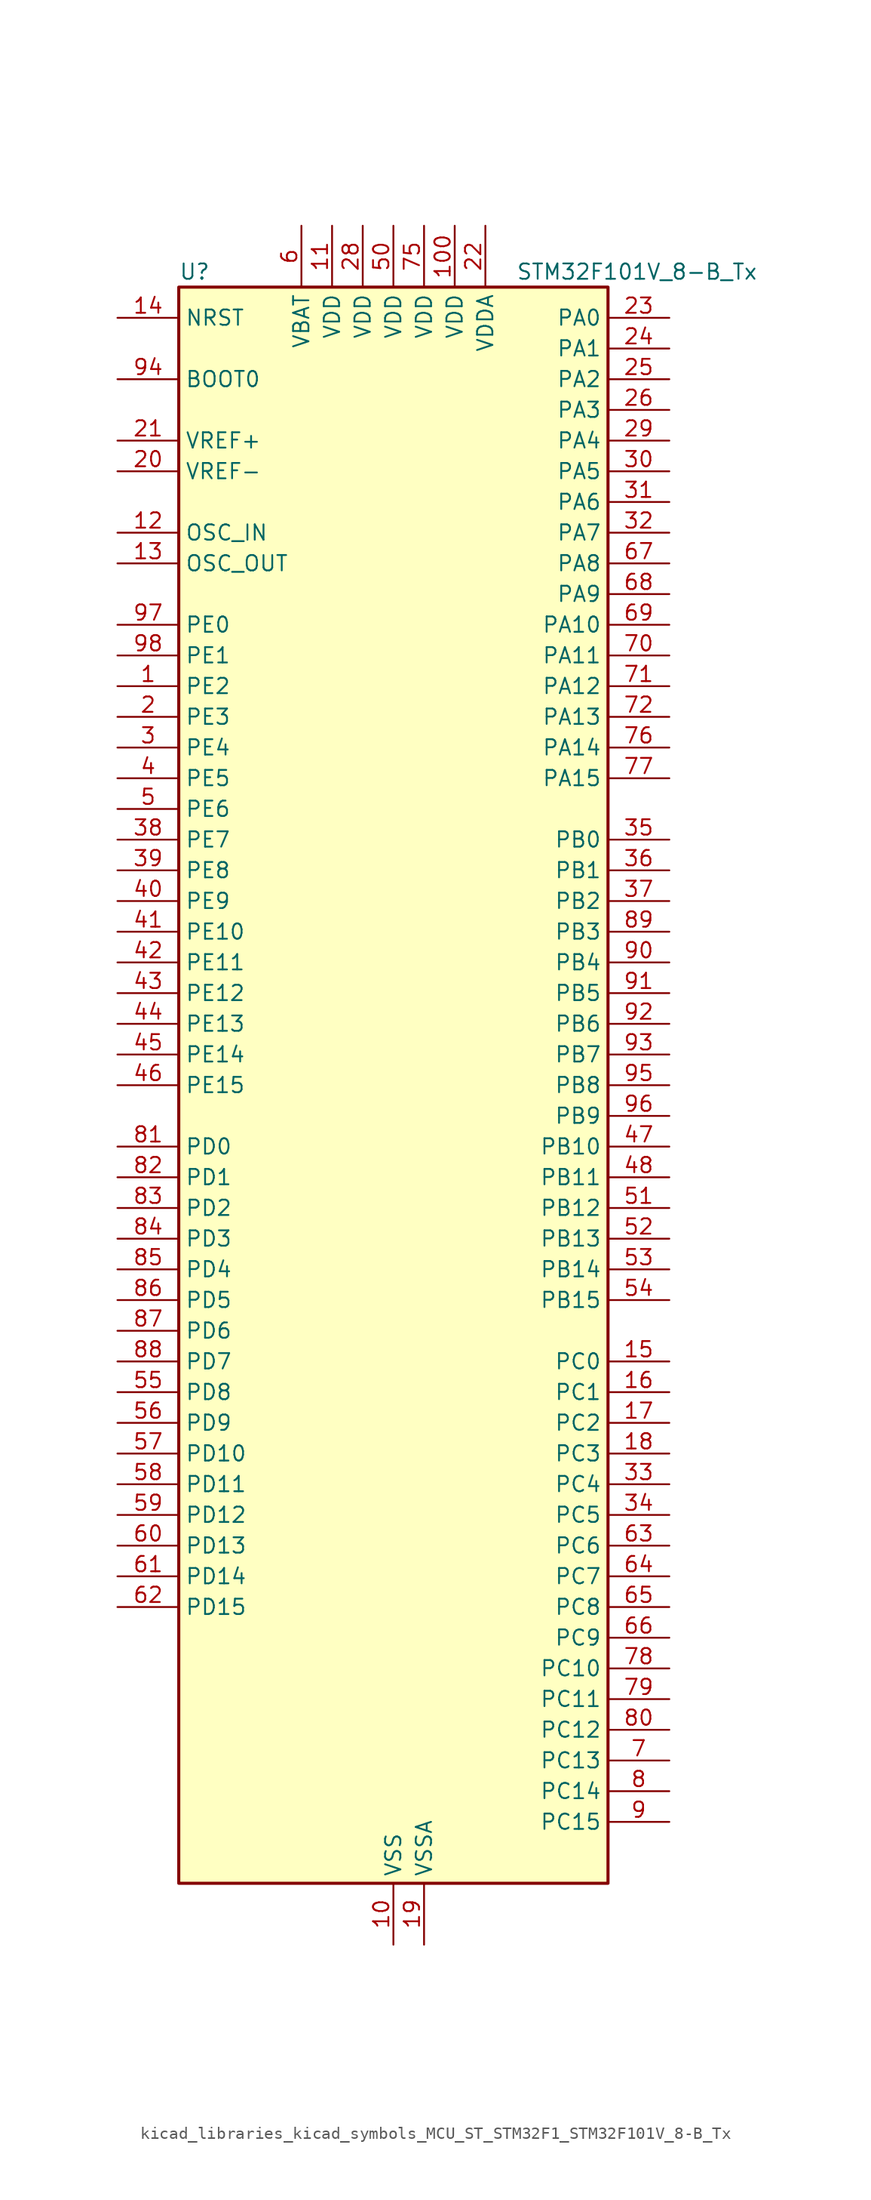
<source format=kicad_sym>
(kicad_symbol_lib
  (version 20220914)
  (generator kicad_symbol_editor)
  (symbol "kicad_libraries_kicad_symbols_MCU_ST_STM32F1_STM32F101V_8-B_Tx"
    (property "Reference" "U"
      (at -17.78 67.31 0)
      (effects (font (size 1.27 1.27)) (justify left)))
    (property "Value" "STM32F101V_8-B_Tx"
      (at 10.16 67.31 0)
      (effects (font (size 1.27 1.27)) (justify left)))
    (property "ki_locked" ""
      (at 0 0 0)
      (effects (font (size 1.27 1.27))))
    (symbol "kicad_libraries_kicad_symbols_MCU_ST_STM32F1_STM32F101V_8-B_Tx_0_1"
      (rectangle (start -17.78 -66.04) (end 17.78 66.04) (stroke (width 0.254) (type default)) (fill (type background))))
    (symbol "kicad_libraries_kicad_symbols_MCU_ST_STM32F1_STM32F101V_8-B_Tx_1_1"
      (pin bidirectional line (at -22.86 33.02 0) (length 5.08) (name "PE2" (effects (font (size 1.27 1.27)))) (number "1" (effects (font (size 1.27 1.27)))) (alternate "SYS_TRACECLK" bidirectional line))
      (pin power_in line (at 0 -71.12 90) (length 5.08) (name "VSS" (effects (font (size 1.27 1.27)))) (number "10" (effects (font (size 1.27 1.27)))))
      (pin power_in line (at 5.08 71.12 270) (length 5.08) (name "VDD" (effects (font (size 1.27 1.27)))) (number "100" (effects (font (size 1.27 1.27)))))
      (pin power_in line (at -5.08 71.12 270) (length 5.08) (name "VDD" (effects (font (size 1.27 1.27)))) (number "11" (effects (font (size 1.27 1.27)))))
      (pin input line (at -22.86 45.72 0) (length 5.08) (name "OSC_IN" (effects (font (size 1.27 1.27)))) (number "12" (effects (font (size 1.27 1.27)))) (alternate "RCC_OSC_IN" bidirectional line))
      (pin input line (at -22.86 43.18 0) (length 5.08) (name "OSC_OUT" (effects (font (size 1.27 1.27)))) (number "13" (effects (font (size 1.27 1.27)))) (alternate "RCC_OSC_OUT" bidirectional line))
      (pin input line (at -22.86 63.5 0) (length 5.08) (name "NRST" (effects (font (size 1.27 1.27)))) (number "14" (effects (font (size 1.27 1.27)))))
      (pin bidirectional line (at 22.86 -22.86 180) (length 5.08) (name "PC0" (effects (font (size 1.27 1.27)))) (number "15" (effects (font (size 1.27 1.27)))) (alternate "ADC1_IN10" bidirectional line))
      (pin bidirectional line (at 22.86 -25.4 180) (length 5.08) (name "PC1" (effects (font (size 1.27 1.27)))) (number "16" (effects (font (size 1.27 1.27)))) (alternate "ADC1_IN11" bidirectional line))
      (pin bidirectional line (at 22.86 -27.94 180) (length 5.08) (name "PC2" (effects (font (size 1.27 1.27)))) (number "17" (effects (font (size 1.27 1.27)))) (alternate "ADC1_IN12" bidirectional line))
      (pin bidirectional line (at 22.86 -30.48 180) (length 5.08) (name "PC3" (effects (font (size 1.27 1.27)))) (number "18" (effects (font (size 1.27 1.27)))) (alternate "ADC1_IN13" bidirectional line))
      (pin power_in line (at 2.54 -71.12 90) (length 5.08) (name "VSSA" (effects (font (size 1.27 1.27)))) (number "19" (effects (font (size 1.27 1.27)))))
      (pin bidirectional line (at -22.86 30.48 0) (length 5.08) (name "PE3" (effects (font (size 1.27 1.27)))) (number "2" (effects (font (size 1.27 1.27)))) (alternate "SYS_TRACED0" bidirectional line))
      (pin input line (at -22.86 50.8 0) (length 5.08) (name "VREF-" (effects (font (size 1.27 1.27)))) (number "20" (effects (font (size 1.27 1.27)))))
      (pin input line (at -22.86 53.34 0) (length 5.08) (name "VREF+" (effects (font (size 1.27 1.27)))) (number "21" (effects (font (size 1.27 1.27)))))
      (pin power_in line (at 7.62 71.12 270) (length 5.08) (name "VDDA" (effects (font (size 1.27 1.27)))) (number "22" (effects (font (size 1.27 1.27)))))
      (pin bidirectional line (at 22.86 63.5 180) (length 5.08) (name "PA0" (effects (font (size 1.27 1.27)))) (number "23" (effects (font (size 1.27 1.27)))) (alternate "ADC1_IN0" bidirectional line) (alternate "SYS_WKUP" bidirectional line) (alternate "TIM2_CH1" bidirectional line) (alternate "TIM2_ETR" bidirectional line) (alternate "USART2_CTS" bidirectional line))
      (pin bidirectional line (at 22.86 60.96 180) (length 5.08) (name "PA1" (effects (font (size 1.27 1.27)))) (number "24" (effects (font (size 1.27 1.27)))) (alternate "ADC1_IN1" bidirectional line) (alternate "TIM2_CH2" bidirectional line) (alternate "USART2_RTS" bidirectional line))
      (pin bidirectional line (at 22.86 58.42 180) (length 5.08) (name "PA2" (effects (font (size 1.27 1.27)))) (number "25" (effects (font (size 1.27 1.27)))) (alternate "ADC1_IN2" bidirectional line) (alternate "TIM2_CH3" bidirectional line) (alternate "USART2_TX" bidirectional line))
      (pin bidirectional line (at 22.86 55.88 180) (length 5.08) (name "PA3" (effects (font (size 1.27 1.27)))) (number "26" (effects (font (size 1.27 1.27)))) (alternate "ADC1_IN3" bidirectional line) (alternate "TIM2_CH4" bidirectional line) (alternate "USART2_RX" bidirectional line))
      (pin passive line (at 0 -71.12 90) (length 5.08) hide (name "VSS" (effects (font (size 1.27 1.27)))) (number "27" (effects (font (size 1.27 1.27)))))
      (pin power_in line (at -2.54 71.12 270) (length 5.08) (name "VDD" (effects (font (size 1.27 1.27)))) (number "28" (effects (font (size 1.27 1.27)))))
      (pin bidirectional line (at 22.86 53.34 180) (length 5.08) (name "PA4" (effects (font (size 1.27 1.27)))) (number "29" (effects (font (size 1.27 1.27)))) (alternate "ADC1_IN4" bidirectional line) (alternate "SPI1_NSS" bidirectional line) (alternate "USART2_CK" bidirectional line))
      (pin bidirectional line (at -22.86 27.94 0) (length 5.08) (name "PE4" (effects (font (size 1.27 1.27)))) (number "3" (effects (font (size 1.27 1.27)))) (alternate "SYS_TRACED1" bidirectional line))
      (pin bidirectional line (at 22.86 50.8 180) (length 5.08) (name "PA5" (effects (font (size 1.27 1.27)))) (number "30" (effects (font (size 1.27 1.27)))) (alternate "ADC1_IN5" bidirectional line) (alternate "SPI1_SCK" bidirectional line))
      (pin bidirectional line (at 22.86 48.26 180) (length 5.08) (name "PA6" (effects (font (size 1.27 1.27)))) (number "31" (effects (font (size 1.27 1.27)))) (alternate "ADC1_IN6" bidirectional line) (alternate "SPI1_MISO" bidirectional line) (alternate "TIM3_CH1" bidirectional line))
      (pin bidirectional line (at 22.86 45.72 180) (length 5.08) (name "PA7" (effects (font (size 1.27 1.27)))) (number "32" (effects (font (size 1.27 1.27)))) (alternate "ADC1_IN7" bidirectional line) (alternate "SPI1_MOSI" bidirectional line) (alternate "TIM3_CH2" bidirectional line))
      (pin bidirectional line (at 22.86 -33.02 180) (length 5.08) (name "PC4" (effects (font (size 1.27 1.27)))) (number "33" (effects (font (size 1.27 1.27)))) (alternate "ADC1_IN14" bidirectional line))
      (pin bidirectional line (at 22.86 -35.56 180) (length 5.08) (name "PC5" (effects (font (size 1.27 1.27)))) (number "34" (effects (font (size 1.27 1.27)))) (alternate "ADC1_IN15" bidirectional line))
      (pin bidirectional line (at 22.86 20.32 180) (length 5.08) (name "PB0" (effects (font (size 1.27 1.27)))) (number "35" (effects (font (size 1.27 1.27)))) (alternate "ADC1_IN8" bidirectional line) (alternate "TIM3_CH3" bidirectional line))
      (pin bidirectional line (at 22.86 17.78 180) (length 5.08) (name "PB1" (effects (font (size 1.27 1.27)))) (number "36" (effects (font (size 1.27 1.27)))) (alternate "ADC1_IN9" bidirectional line) (alternate "TIM3_CH4" bidirectional line))
      (pin bidirectional line (at 22.86 15.24 180) (length 5.08) (name "PB2" (effects (font (size 1.27 1.27)))) (number "37" (effects (font (size 1.27 1.27)))))
      (pin bidirectional line (at -22.86 20.32 0) (length 5.08) (name "PE7" (effects (font (size 1.27 1.27)))) (number "38" (effects (font (size 1.27 1.27)))))
      (pin bidirectional line (at -22.86 17.78 0) (length 5.08) (name "PE8" (effects (font (size 1.27 1.27)))) (number "39" (effects (font (size 1.27 1.27)))))
      (pin bidirectional line (at -22.86 25.4 0) (length 5.08) (name "PE5" (effects (font (size 1.27 1.27)))) (number "4" (effects (font (size 1.27 1.27)))) (alternate "SYS_TRACED2" bidirectional line))
      (pin bidirectional line (at -22.86 15.24 0) (length 5.08) (name "PE9" (effects (font (size 1.27 1.27)))) (number "40" (effects (font (size 1.27 1.27)))))
      (pin bidirectional line (at -22.86 12.7 0) (length 5.08) (name "PE10" (effects (font (size 1.27 1.27)))) (number "41" (effects (font (size 1.27 1.27)))))
      (pin bidirectional line (at -22.86 10.16 0) (length 5.08) (name "PE11" (effects (font (size 1.27 1.27)))) (number "42" (effects (font (size 1.27 1.27)))) (alternate "ADC1_EXTI11" bidirectional line))
      (pin bidirectional line (at -22.86 7.62 0) (length 5.08) (name "PE12" (effects (font (size 1.27 1.27)))) (number "43" (effects (font (size 1.27 1.27)))))
      (pin bidirectional line (at -22.86 5.08 0) (length 5.08) (name "PE13" (effects (font (size 1.27 1.27)))) (number "44" (effects (font (size 1.27 1.27)))))
      (pin bidirectional line (at -22.86 2.54 0) (length 5.08) (name "PE14" (effects (font (size 1.27 1.27)))) (number "45" (effects (font (size 1.27 1.27)))))
      (pin bidirectional line (at -22.86 0 0) (length 5.08) (name "PE15" (effects (font (size 1.27 1.27)))) (number "46" (effects (font (size 1.27 1.27)))) (alternate "ADC1_EXTI15" bidirectional line))
      (pin bidirectional line (at 22.86 -5.08 180) (length 5.08) (name "PB10" (effects (font (size 1.27 1.27)))) (number "47" (effects (font (size 1.27 1.27)))) (alternate "I2C2_SCL" bidirectional line) (alternate "TIM2_CH3" bidirectional line) (alternate "USART3_TX" bidirectional line))
      (pin bidirectional line (at 22.86 -7.62 180) (length 5.08) (name "PB11" (effects (font (size 1.27 1.27)))) (number "48" (effects (font (size 1.27 1.27)))) (alternate "ADC1_EXTI11" bidirectional line) (alternate "I2C2_SDA" bidirectional line) (alternate "TIM2_CH4" bidirectional line) (alternate "USART3_RX" bidirectional line))
      (pin passive line (at 0 -71.12 90) (length 5.08) hide (name "VSS" (effects (font (size 1.27 1.27)))) (number "49" (effects (font (size 1.27 1.27)))))
      (pin bidirectional line (at -22.86 22.86 0) (length 5.08) (name "PE6" (effects (font (size 1.27 1.27)))) (number "5" (effects (font (size 1.27 1.27)))) (alternate "SYS_TRACED3" bidirectional line))
      (pin power_in line (at 0 71.12 270) (length 5.08) (name "VDD" (effects (font (size 1.27 1.27)))) (number "50" (effects (font (size 1.27 1.27)))))
      (pin bidirectional line (at 22.86 -10.16 180) (length 5.08) (name "PB12" (effects (font (size 1.27 1.27)))) (number "51" (effects (font (size 1.27 1.27)))) (alternate "I2C2_SMBA" bidirectional line) (alternate "SPI2_NSS" bidirectional line) (alternate "USART3_CK" bidirectional line))
      (pin bidirectional line (at 22.86 -12.7 180) (length 5.08) (name "PB13" (effects (font (size 1.27 1.27)))) (number "52" (effects (font (size 1.27 1.27)))) (alternate "SPI2_SCK" bidirectional line) (alternate "USART3_CTS" bidirectional line))
      (pin bidirectional line (at 22.86 -15.24 180) (length 5.08) (name "PB14" (effects (font (size 1.27 1.27)))) (number "53" (effects (font (size 1.27 1.27)))) (alternate "SPI2_MISO" bidirectional line) (alternate "USART3_RTS" bidirectional line))
      (pin bidirectional line (at 22.86 -17.78 180) (length 5.08) (name "PB15" (effects (font (size 1.27 1.27)))) (number "54" (effects (font (size 1.27 1.27)))) (alternate "ADC1_EXTI15" bidirectional line) (alternate "SPI2_MOSI" bidirectional line))
      (pin bidirectional line (at -22.86 -25.4 0) (length 5.08) (name "PD8" (effects (font (size 1.27 1.27)))) (number "55" (effects (font (size 1.27 1.27)))) (alternate "USART3_TX" bidirectional line))
      (pin bidirectional line (at -22.86 -27.94 0) (length 5.08) (name "PD9" (effects (font (size 1.27 1.27)))) (number "56" (effects (font (size 1.27 1.27)))) (alternate "USART3_RX" bidirectional line))
      (pin bidirectional line (at -22.86 -30.48 0) (length 5.08) (name "PD10" (effects (font (size 1.27 1.27)))) (number "57" (effects (font (size 1.27 1.27)))) (alternate "USART3_CK" bidirectional line))
      (pin bidirectional line (at -22.86 -33.02 0) (length 5.08) (name "PD11" (effects (font (size 1.27 1.27)))) (number "58" (effects (font (size 1.27 1.27)))) (alternate "ADC1_EXTI11" bidirectional line) (alternate "USART3_CTS" bidirectional line))
      (pin bidirectional line (at -22.86 -35.56 0) (length 5.08) (name "PD12" (effects (font (size 1.27 1.27)))) (number "59" (effects (font (size 1.27 1.27)))) (alternate "TIM4_CH1" bidirectional line) (alternate "USART3_RTS" bidirectional line))
      (pin power_in line (at -7.62 71.12 270) (length 5.08) (name "VBAT" (effects (font (size 1.27 1.27)))) (number "6" (effects (font (size 1.27 1.27)))))
      (pin bidirectional line (at -22.86 -38.1 0) (length 5.08) (name "PD13" (effects (font (size 1.27 1.27)))) (number "60" (effects (font (size 1.27 1.27)))) (alternate "TIM4_CH2" bidirectional line))
      (pin bidirectional line (at -22.86 -40.64 0) (length 5.08) (name "PD14" (effects (font (size 1.27 1.27)))) (number "61" (effects (font (size 1.27 1.27)))) (alternate "TIM4_CH3" bidirectional line))
      (pin bidirectional line (at -22.86 -43.18 0) (length 5.08) (name "PD15" (effects (font (size 1.27 1.27)))) (number "62" (effects (font (size 1.27 1.27)))) (alternate "ADC1_EXTI15" bidirectional line) (alternate "TIM4_CH4" bidirectional line))
      (pin bidirectional line (at 22.86 -38.1 180) (length 5.08) (name "PC6" (effects (font (size 1.27 1.27)))) (number "63" (effects (font (size 1.27 1.27)))) (alternate "TIM3_CH1" bidirectional line))
      (pin bidirectional line (at 22.86 -40.64 180) (length 5.08) (name "PC7" (effects (font (size 1.27 1.27)))) (number "64" (effects (font (size 1.27 1.27)))) (alternate "TIM3_CH2" bidirectional line))
      (pin bidirectional line (at 22.86 -43.18 180) (length 5.08) (name "PC8" (effects (font (size 1.27 1.27)))) (number "65" (effects (font (size 1.27 1.27)))) (alternate "TIM3_CH3" bidirectional line))
      (pin bidirectional line (at 22.86 -45.72 180) (length 5.08) (name "PC9" (effects (font (size 1.27 1.27)))) (number "66" (effects (font (size 1.27 1.27)))) (alternate "TIM3_CH4" bidirectional line))
      (pin bidirectional line (at 22.86 43.18 180) (length 5.08) (name "PA8" (effects (font (size 1.27 1.27)))) (number "67" (effects (font (size 1.27 1.27)))) (alternate "RCC_MCO" bidirectional line) (alternate "USART1_CK" bidirectional line))
      (pin bidirectional line (at 22.86 40.64 180) (length 5.08) (name "PA9" (effects (font (size 1.27 1.27)))) (number "68" (effects (font (size 1.27 1.27)))) (alternate "USART1_TX" bidirectional line))
      (pin bidirectional line (at 22.86 38.1 180) (length 5.08) (name "PA10" (effects (font (size 1.27 1.27)))) (number "69" (effects (font (size 1.27 1.27)))) (alternate "USART1_RX" bidirectional line))
      (pin bidirectional line (at 22.86 -55.88 180) (length 5.08) (name "PC13" (effects (font (size 1.27 1.27)))) (number "7" (effects (font (size 1.27 1.27)))) (alternate "RTC_OUT" bidirectional line) (alternate "RTC_TAMPER" bidirectional line))
      (pin bidirectional line (at 22.86 35.56 180) (length 5.08) (name "PA11" (effects (font (size 1.27 1.27)))) (number "70" (effects (font (size 1.27 1.27)))) (alternate "ADC1_EXTI11" bidirectional line) (alternate "USART1_CTS" bidirectional line))
      (pin bidirectional line (at 22.86 33.02 180) (length 5.08) (name "PA12" (effects (font (size 1.27 1.27)))) (number "71" (effects (font (size 1.27 1.27)))) (alternate "USART1_RTS" bidirectional line))
      (pin bidirectional line (at 22.86 30.48 180) (length 5.08) (name "PA13" (effects (font (size 1.27 1.27)))) (number "72" (effects (font (size 1.27 1.27)))) (alternate "SYS_JTMS-SWDIO" bidirectional line))
      (pin no_connect line (at -17.78 -66.04 0) (length 5.08) hide (name "NC" (effects (font (size 1.27 1.27)))) (number "73" (effects (font (size 1.27 1.27)))))
      (pin passive line (at 0 -71.12 90) (length 5.08) hide (name "VSS" (effects (font (size 1.27 1.27)))) (number "74" (effects (font (size 1.27 1.27)))))
      (pin power_in line (at 2.54 71.12 270) (length 5.08) (name "VDD" (effects (font (size 1.27 1.27)))) (number "75" (effects (font (size 1.27 1.27)))))
      (pin bidirectional line (at 22.86 27.94 180) (length 5.08) (name "PA14" (effects (font (size 1.27 1.27)))) (number "76" (effects (font (size 1.27 1.27)))) (alternate "SYS_JTCK-SWCLK" bidirectional line))
      (pin bidirectional line (at 22.86 25.4 180) (length 5.08) (name "PA15" (effects (font (size 1.27 1.27)))) (number "77" (effects (font (size 1.27 1.27)))) (alternate "ADC1_EXTI15" bidirectional line) (alternate "SPI1_NSS" bidirectional line) (alternate "SYS_JTDI" bidirectional line) (alternate "TIM2_CH1" bidirectional line) (alternate "TIM2_ETR" bidirectional line))
      (pin bidirectional line (at 22.86 -48.26 180) (length 5.08) (name "PC10" (effects (font (size 1.27 1.27)))) (number "78" (effects (font (size 1.27 1.27)))) (alternate "USART3_TX" bidirectional line))
      (pin bidirectional line (at 22.86 -50.8 180) (length 5.08) (name "PC11" (effects (font (size 1.27 1.27)))) (number "79" (effects (font (size 1.27 1.27)))) (alternate "ADC1_EXTI11" bidirectional line) (alternate "USART3_RX" bidirectional line))
      (pin bidirectional line (at 22.86 -58.42 180) (length 5.08) (name "PC14" (effects (font (size 1.27 1.27)))) (number "8" (effects (font (size 1.27 1.27)))) (alternate "RCC_OSC32_IN" bidirectional line))
      (pin bidirectional line (at 22.86 -53.34 180) (length 5.08) (name "PC12" (effects (font (size 1.27 1.27)))) (number "80" (effects (font (size 1.27 1.27)))) (alternate "USART3_CK" bidirectional line))
      (pin bidirectional line (at -22.86 -5.08 0) (length 5.08) (name "PD0" (effects (font (size 1.27 1.27)))) (number "81" (effects (font (size 1.27 1.27)))))
      (pin bidirectional line (at -22.86 -7.62 0) (length 5.08) (name "PD1" (effects (font (size 1.27 1.27)))) (number "82" (effects (font (size 1.27 1.27)))))
      (pin bidirectional line (at -22.86 -10.16 0) (length 5.08) (name "PD2" (effects (font (size 1.27 1.27)))) (number "83" (effects (font (size 1.27 1.27)))) (alternate "TIM3_ETR" bidirectional line))
      (pin bidirectional line (at -22.86 -12.7 0) (length 5.08) (name "PD3" (effects (font (size 1.27 1.27)))) (number "84" (effects (font (size 1.27 1.27)))) (alternate "USART2_CTS" bidirectional line))
      (pin bidirectional line (at -22.86 -15.24 0) (length 5.08) (name "PD4" (effects (font (size 1.27 1.27)))) (number "85" (effects (font (size 1.27 1.27)))) (alternate "USART2_RTS" bidirectional line))
      (pin bidirectional line (at -22.86 -17.78 0) (length 5.08) (name "PD5" (effects (font (size 1.27 1.27)))) (number "86" (effects (font (size 1.27 1.27)))) (alternate "USART2_TX" bidirectional line))
      (pin bidirectional line (at -22.86 -20.32 0) (length 5.08) (name "PD6" (effects (font (size 1.27 1.27)))) (number "87" (effects (font (size 1.27 1.27)))) (alternate "USART2_RX" bidirectional line))
      (pin bidirectional line (at -22.86 -22.86 0) (length 5.08) (name "PD7" (effects (font (size 1.27 1.27)))) (number "88" (effects (font (size 1.27 1.27)))) (alternate "USART2_CK" bidirectional line))
      (pin bidirectional line (at 22.86 12.7 180) (length 5.08) (name "PB3" (effects (font (size 1.27 1.27)))) (number "89" (effects (font (size 1.27 1.27)))) (alternate "SPI1_SCK" bidirectional line) (alternate "SYS_JTDO-TRACESWO" bidirectional line) (alternate "TIM2_CH2" bidirectional line))
      (pin bidirectional line (at 22.86 -60.96 180) (length 5.08) (name "PC15" (effects (font (size 1.27 1.27)))) (number "9" (effects (font (size 1.27 1.27)))) (alternate "ADC1_EXTI15" bidirectional line) (alternate "RCC_OSC32_OUT" bidirectional line))
      (pin bidirectional line (at 22.86 10.16 180) (length 5.08) (name "PB4" (effects (font (size 1.27 1.27)))) (number "90" (effects (font (size 1.27 1.27)))) (alternate "SPI1_MISO" bidirectional line) (alternate "SYS_NJTRST" bidirectional line) (alternate "TIM3_CH1" bidirectional line))
      (pin bidirectional line (at 22.86 7.62 180) (length 5.08) (name "PB5" (effects (font (size 1.27 1.27)))) (number "91" (effects (font (size 1.27 1.27)))) (alternate "I2C1_SMBA" bidirectional line) (alternate "SPI1_MOSI" bidirectional line) (alternate "TIM3_CH2" bidirectional line))
      (pin bidirectional line (at 22.86 5.08 180) (length 5.08) (name "PB6" (effects (font (size 1.27 1.27)))) (number "92" (effects (font (size 1.27 1.27)))) (alternate "I2C1_SCL" bidirectional line) (alternate "TIM4_CH1" bidirectional line) (alternate "USART1_TX" bidirectional line))
      (pin bidirectional line (at 22.86 2.54 180) (length 5.08) (name "PB7" (effects (font (size 1.27 1.27)))) (number "93" (effects (font (size 1.27 1.27)))) (alternate "I2C1_SDA" bidirectional line) (alternate "TIM4_CH2" bidirectional line) (alternate "USART1_RX" bidirectional line))
      (pin input line (at -22.86 58.42 0) (length 5.08) (name "BOOT0" (effects (font (size 1.27 1.27)))) (number "94" (effects (font (size 1.27 1.27)))))
      (pin bidirectional line (at 22.86 0 180) (length 5.08) (name "PB8" (effects (font (size 1.27 1.27)))) (number "95" (effects (font (size 1.27 1.27)))) (alternate "I2C1_SCL" bidirectional line) (alternate "TIM4_CH3" bidirectional line))
      (pin bidirectional line (at 22.86 -2.54 180) (length 5.08) (name "PB9" (effects (font (size 1.27 1.27)))) (number "96" (effects (font (size 1.27 1.27)))) (alternate "I2C1_SDA" bidirectional line) (alternate "TIM4_CH4" bidirectional line))
      (pin bidirectional line (at -22.86 38.1 0) (length 5.08) (name "PE0" (effects (font (size 1.27 1.27)))) (number "97" (effects (font (size 1.27 1.27)))) (alternate "TIM4_ETR" bidirectional line))
      (pin bidirectional line (at -22.86 35.56 0) (length 5.08) (name "PE1" (effects (font (size 1.27 1.27)))) (number "98" (effects (font (size 1.27 1.27)))))
      (pin passive line (at 0 -71.12 90) (length 5.08) hide (name "VSS" (effects (font (size 1.27 1.27)))) (number "99" (effects (font (size 1.27 1.27))))))))
</source>
